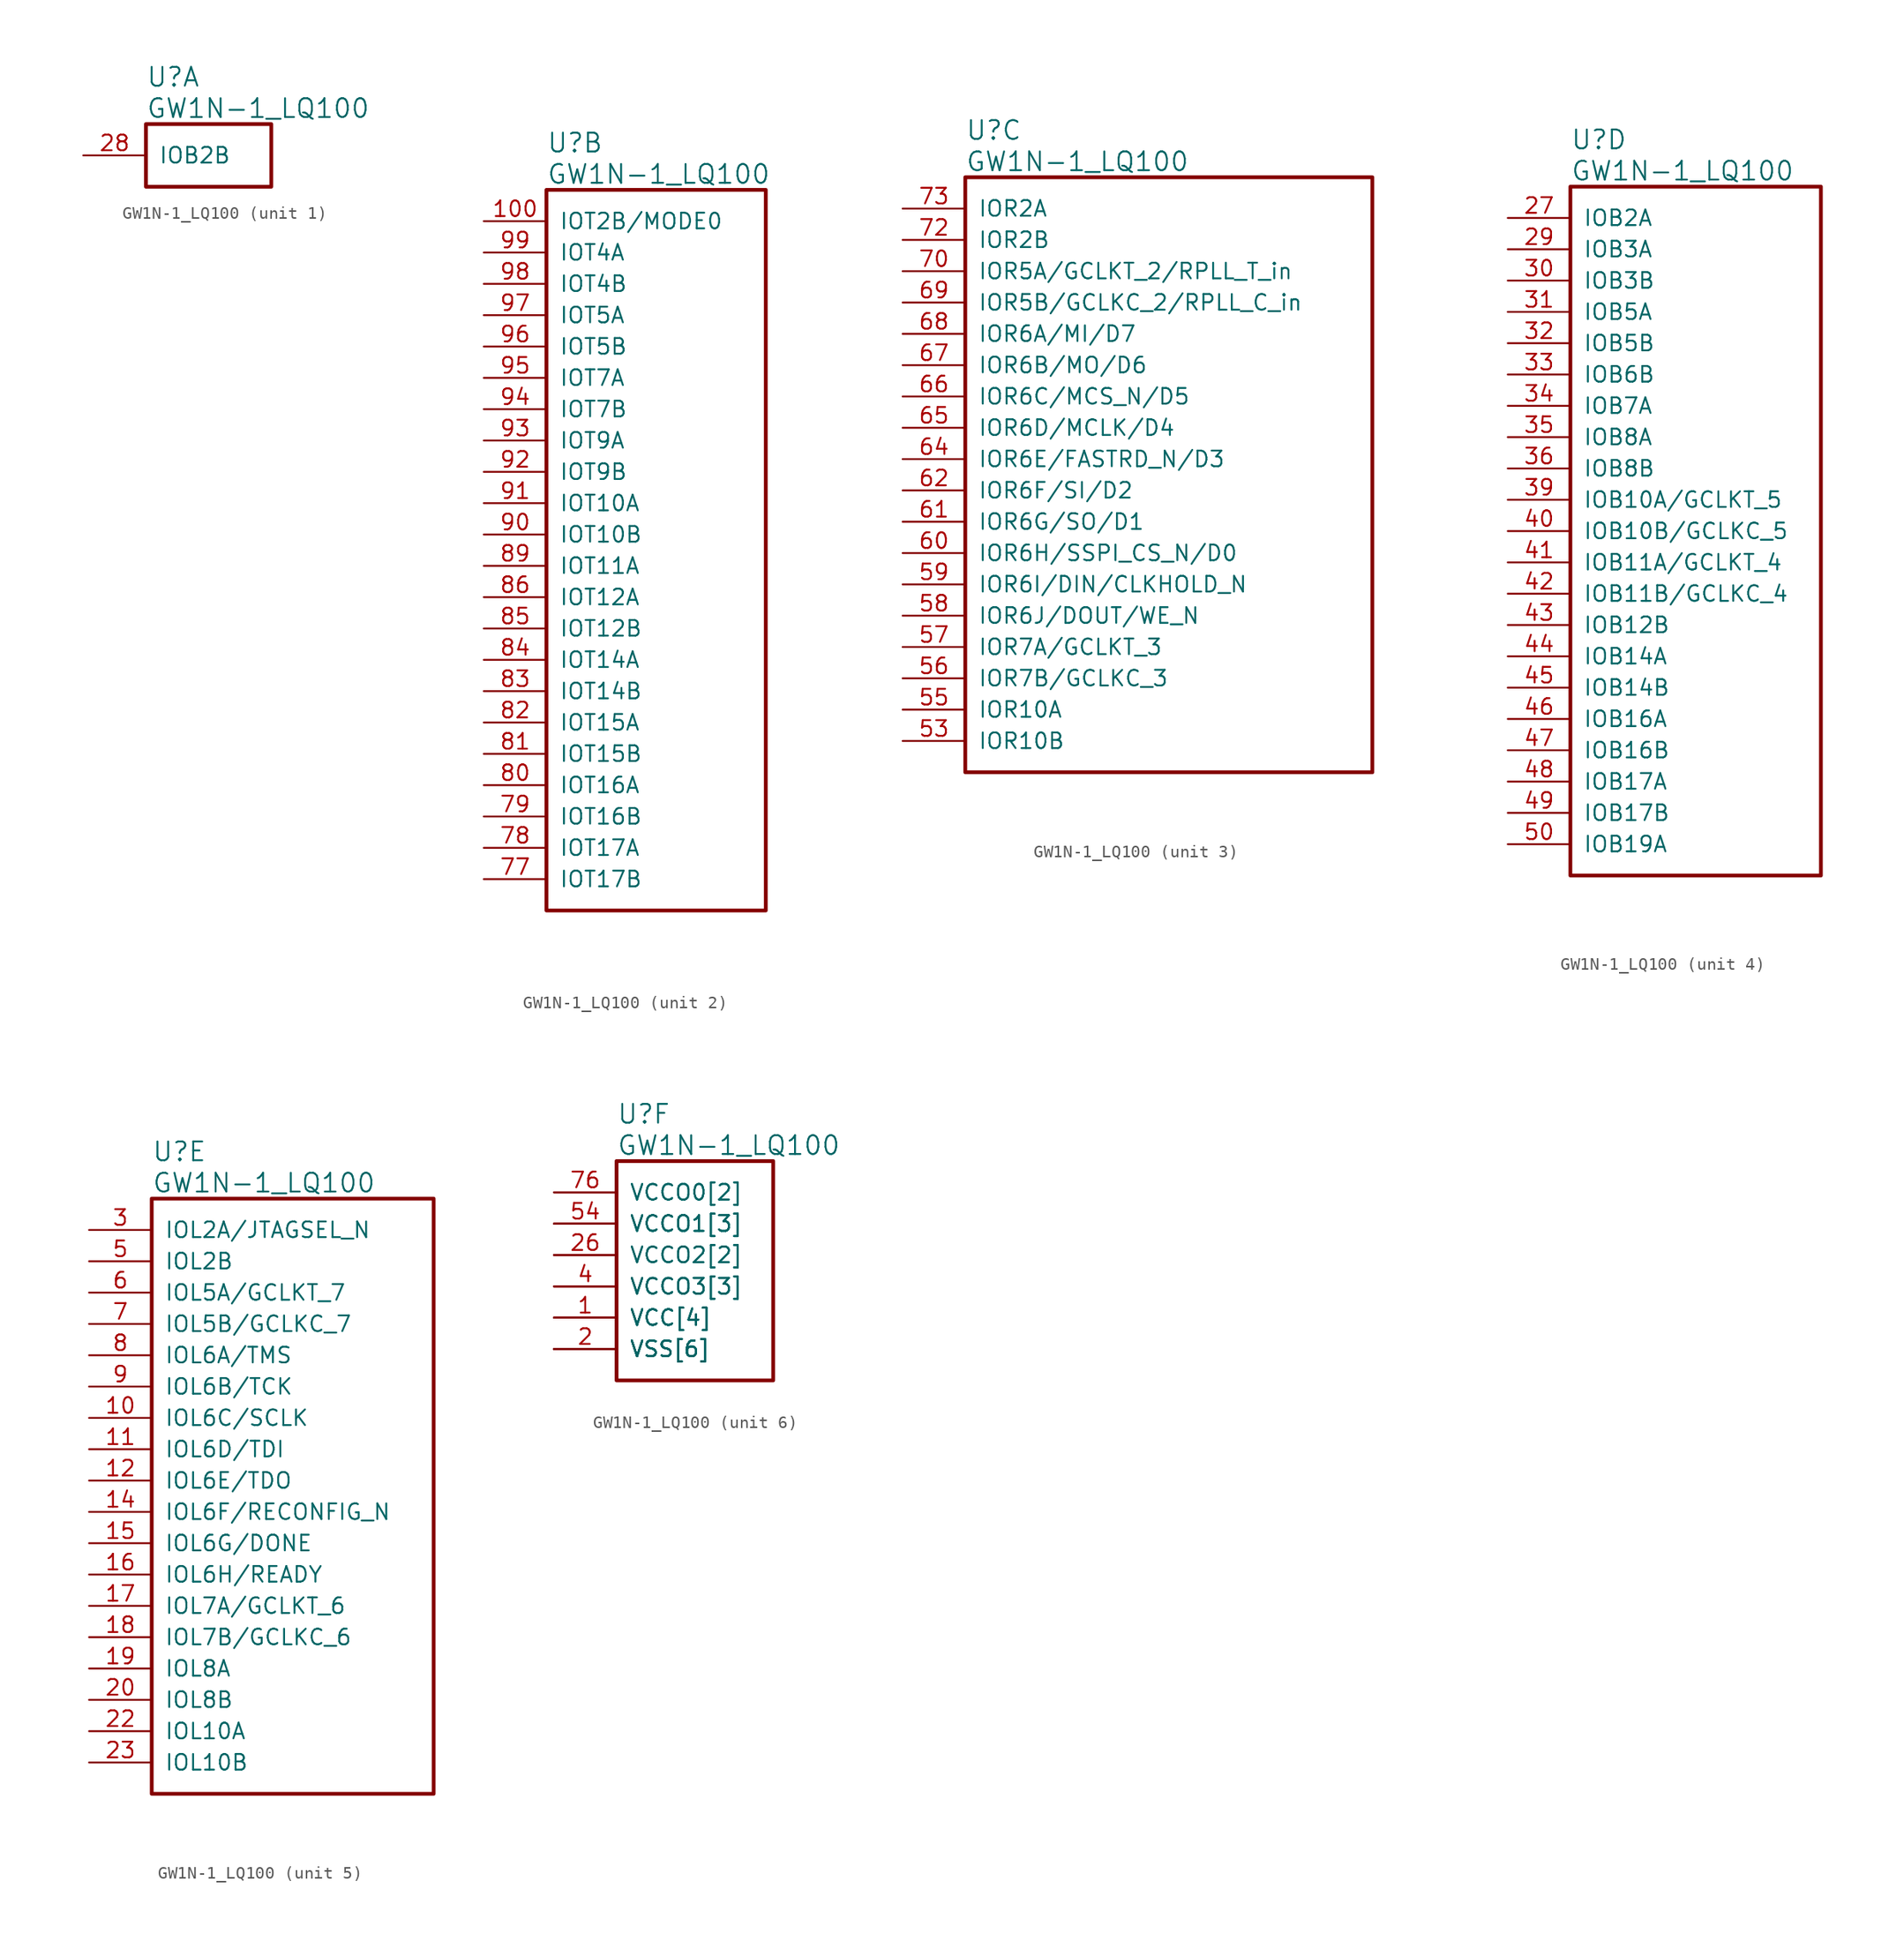
<source format=kicad_sym>
(kicad_symbol_lib
  (version 20220914)
  (generator kicad_symbol_editor)
  (symbol "GW1N-1_LQ100"
    (pin_names
      (offset 1.016))
    (property "Reference" "U"
      (at 5.08 6.35 0)
      (effects (font (size 1.524 1.524)) (justify left)))
    (property "Value" "GW1N-1_LQ100"
      (at 5.08 3.81 0)
      (effects (font (size 1.524 1.524)) (justify left)))
    (property "ki_locked" ""
      (at 0 0 0)
      (effects (font (size 1.27 1.27))))
    (symbol "GW1N-1_LQ100_1_1"
      (rectangle (start 5.08 2.54) (end 15.24 -2.54) (stroke (width 0.305) (type solid)) (fill (type none)))
      (pin bidirectional line (at 0 0 0) (length 5.08) (name "IOB2B" (effects (font (size 1.27 1.27)))) (number "28" (effects (font (size 1.27 1.27))))))
    (symbol "GW1N-1_LQ100_2_1"
      (rectangle (start 5.08 2.54) (end 22.86 -55.88) (stroke (width 0.305) (type solid)) (fill (type none)))
      (pin bidirectional line (at 0 0 0) (length 5.08) (name "IOT2B/MODE0" (effects (font (size 1.27 1.27)))) (number "100" (effects (font (size 1.27 1.27)))))
      (pin bidirectional line (at 0 -53.34 0) (length 5.08) (name "IOT17B" (effects (font (size 1.27 1.27)))) (number "77" (effects (font (size 1.27 1.27)))))
      (pin bidirectional line (at 0 -50.8 0) (length 5.08) (name "IOT17A" (effects (font (size 1.27 1.27)))) (number "78" (effects (font (size 1.27 1.27)))))
      (pin bidirectional line (at 0 -48.26 0) (length 5.08) (name "IOT16B" (effects (font (size 1.27 1.27)))) (number "79" (effects (font (size 1.27 1.27)))))
      (pin bidirectional line (at 0 -45.72 0) (length 5.08) (name "IOT16A" (effects (font (size 1.27 1.27)))) (number "80" (effects (font (size 1.27 1.27)))))
      (pin bidirectional line (at 0 -43.18 0) (length 5.08) (name "IOT15B" (effects (font (size 1.27 1.27)))) (number "81" (effects (font (size 1.27 1.27)))))
      (pin bidirectional line (at 0 -40.64 0) (length 5.08) (name "IOT15A" (effects (font (size 1.27 1.27)))) (number "82" (effects (font (size 1.27 1.27)))))
      (pin bidirectional line (at 0 -38.1 0) (length 5.08) (name "IOT14B" (effects (font (size 1.27 1.27)))) (number "83" (effects (font (size 1.27 1.27)))))
      (pin bidirectional line (at 0 -35.56 0) (length 5.08) (name "IOT14A" (effects (font (size 1.27 1.27)))) (number "84" (effects (font (size 1.27 1.27)))))
      (pin bidirectional line (at 0 -33.02 0) (length 5.08) (name "IOT12B" (effects (font (size 1.27 1.27)))) (number "85" (effects (font (size 1.27 1.27)))))
      (pin bidirectional line (at 0 -30.48 0) (length 5.08) (name "IOT12A" (effects (font (size 1.27 1.27)))) (number "86" (effects (font (size 1.27 1.27)))))
      (pin bidirectional line (at 0 -27.94 0) (length 5.08) (name "IOT11A" (effects (font (size 1.27 1.27)))) (number "89" (effects (font (size 1.27 1.27)))))
      (pin bidirectional line (at 0 -25.4 0) (length 5.08) (name "IOT10B" (effects (font (size 1.27 1.27)))) (number "90" (effects (font (size 1.27 1.27)))))
      (pin bidirectional line (at 0 -22.86 0) (length 5.08) (name "IOT10A" (effects (font (size 1.27 1.27)))) (number "91" (effects (font (size 1.27 1.27)))))
      (pin bidirectional line (at 0 -20.32 0) (length 5.08) (name "IOT9B" (effects (font (size 1.27 1.27)))) (number "92" (effects (font (size 1.27 1.27)))))
      (pin bidirectional line (at 0 -17.78 0) (length 5.08) (name "IOT9A" (effects (font (size 1.27 1.27)))) (number "93" (effects (font (size 1.27 1.27)))))
      (pin bidirectional line (at 0 -15.24 0) (length 5.08) (name "IOT7B" (effects (font (size 1.27 1.27)))) (number "94" (effects (font (size 1.27 1.27)))))
      (pin bidirectional line (at 0 -12.7 0) (length 5.08) (name "IOT7A" (effects (font (size 1.27 1.27)))) (number "95" (effects (font (size 1.27 1.27)))))
      (pin bidirectional line (at 0 -10.16 0) (length 5.08) (name "IOT5B" (effects (font (size 1.27 1.27)))) (number "96" (effects (font (size 1.27 1.27)))))
      (pin bidirectional line (at 0 -7.62 0) (length 5.08) (name "IOT5A" (effects (font (size 1.27 1.27)))) (number "97" (effects (font (size 1.27 1.27)))))
      (pin bidirectional line (at 0 -5.08 0) (length 5.08) (name "IOT4B" (effects (font (size 1.27 1.27)))) (number "98" (effects (font (size 1.27 1.27)))))
      (pin bidirectional line (at 0 -2.54 0) (length 5.08) (name "IOT4A" (effects (font (size 1.27 1.27)))) (number "99" (effects (font (size 1.27 1.27))))))
    (symbol "GW1N-1_LQ100_3_1"
      (rectangle (start 5.08 2.54) (end 38.1 -45.72) (stroke (width 0.305) (type solid)) (fill (type none)))
      (pin bidirectional line (at 0 -43.18 0) (length 5.08) (name "IOR10B" (effects (font (size 1.27 1.27)))) (number "53" (effects (font (size 1.27 1.27)))))
      (pin bidirectional line (at 0 -40.64 0) (length 5.08) (name "IOR10A" (effects (font (size 1.27 1.27)))) (number "55" (effects (font (size 1.27 1.27)))))
      (pin bidirectional line (at 0 -38.1 0) (length 5.08) (name "IOR7B/GCLKC_3" (effects (font (size 1.27 1.27)))) (number "56" (effects (font (size 1.27 1.27)))))
      (pin bidirectional line (at 0 -35.56 0) (length 5.08) (name "IOR7A/GCLKT_3" (effects (font (size 1.27 1.27)))) (number "57" (effects (font (size 1.27 1.27)))))
      (pin bidirectional line (at 0 -33.02 0) (length 5.08) (name "IOR6J/DOUT/WE_N" (effects (font (size 1.27 1.27)))) (number "58" (effects (font (size 1.27 1.27)))))
      (pin bidirectional line (at 0 -30.48 0) (length 5.08) (name "IOR6I/DIN/CLKHOLD_N" (effects (font (size 1.27 1.27)))) (number "59" (effects (font (size 1.27 1.27)))))
      (pin bidirectional line (at 0 -27.94 0) (length 5.08) (name "IOR6H/SSPI_CS_N/D0" (effects (font (size 1.27 1.27)))) (number "60" (effects (font (size 1.27 1.27)))))
      (pin bidirectional line (at 0 -25.4 0) (length 5.08) (name "IOR6G/SO/D1" (effects (font (size 1.27 1.27)))) (number "61" (effects (font (size 1.27 1.27)))))
      (pin bidirectional line (at 0 -22.86 0) (length 5.08) (name "IOR6F/SI/D2" (effects (font (size 1.27 1.27)))) (number "62" (effects (font (size 1.27 1.27)))))
      (pin bidirectional line (at 0 -20.32 0) (length 5.08) (name "IOR6E/FASTRD_N/D3" (effects (font (size 1.27 1.27)))) (number "64" (effects (font (size 1.27 1.27)))))
      (pin bidirectional line (at 0 -17.78 0) (length 5.08) (name "IOR6D/MCLK/D4" (effects (font (size 1.27 1.27)))) (number "65" (effects (font (size 1.27 1.27)))))
      (pin bidirectional line (at 0 -15.24 0) (length 5.08) (name "IOR6C/MCS_N/D5" (effects (font (size 1.27 1.27)))) (number "66" (effects (font (size 1.27 1.27)))))
      (pin bidirectional line (at 0 -12.7 0) (length 5.08) (name "IOR6B/MO/D6" (effects (font (size 1.27 1.27)))) (number "67" (effects (font (size 1.27 1.27)))))
      (pin bidirectional line (at 0 -10.16 0) (length 5.08) (name "IOR6A/MI/D7" (effects (font (size 1.27 1.27)))) (number "68" (effects (font (size 1.27 1.27)))))
      (pin bidirectional line (at 0 -7.62 0) (length 5.08) (name "IOR5B/GCLKC_2/RPLL_C_in" (effects (font (size 1.27 1.27)))) (number "69" (effects (font (size 1.27 1.27)))))
      (pin bidirectional line (at 0 -5.08 0) (length 5.08) (name "IOR5A/GCLKT_2/RPLL_T_in" (effects (font (size 1.27 1.27)))) (number "70" (effects (font (size 1.27 1.27)))))
      (pin bidirectional line (at 0 -2.54 0) (length 5.08) (name "IOR2B" (effects (font (size 1.27 1.27)))) (number "72" (effects (font (size 1.27 1.27)))))
      (pin bidirectional line (at 0 0 0) (length 5.08) (name "IOR2A" (effects (font (size 1.27 1.27)))) (number "73" (effects (font (size 1.27 1.27))))))
    (symbol "GW1N-1_LQ100_4_1"
      (rectangle (start 5.08 2.54) (end 25.4 -53.34) (stroke (width 0.305) (type solid)) (fill (type none)))
      (pin bidirectional line (at 0 0 0) (length 5.08) (name "IOB2A" (effects (font (size 1.27 1.27)))) (number "27" (effects (font (size 1.27 1.27)))))
      (pin bidirectional line (at 0 -2.54 0) (length 5.08) (name "IOB3A" (effects (font (size 1.27 1.27)))) (number "29" (effects (font (size 1.27 1.27)))))
      (pin bidirectional line (at 0 -5.08 0) (length 5.08) (name "IOB3B" (effects (font (size 1.27 1.27)))) (number "30" (effects (font (size 1.27 1.27)))))
      (pin bidirectional line (at 0 -7.62 0) (length 5.08) (name "IOB5A" (effects (font (size 1.27 1.27)))) (number "31" (effects (font (size 1.27 1.27)))))
      (pin bidirectional line (at 0 -10.16 0) (length 5.08) (name "IOB5B" (effects (font (size 1.27 1.27)))) (number "32" (effects (font (size 1.27 1.27)))))
      (pin bidirectional line (at 0 -12.7 0) (length 5.08) (name "IOB6B" (effects (font (size 1.27 1.27)))) (number "33" (effects (font (size 1.27 1.27)))))
      (pin bidirectional line (at 0 -15.24 0) (length 5.08) (name "IOB7A" (effects (font (size 1.27 1.27)))) (number "34" (effects (font (size 1.27 1.27)))))
      (pin bidirectional line (at 0 -17.78 0) (length 5.08) (name "IOB8A" (effects (font (size 1.27 1.27)))) (number "35" (effects (font (size 1.27 1.27)))))
      (pin bidirectional line (at 0 -20.32 0) (length 5.08) (name "IOB8B" (effects (font (size 1.27 1.27)))) (number "36" (effects (font (size 1.27 1.27)))))
      (pin bidirectional line (at 0 -22.86 0) (length 5.08) (name "IOB10A/GCLKT_5" (effects (font (size 1.27 1.27)))) (number "39" (effects (font (size 1.27 1.27)))))
      (pin bidirectional line (at 0 -25.4 0) (length 5.08) (name "IOB10B/GCLKC_5" (effects (font (size 1.27 1.27)))) (number "40" (effects (font (size 1.27 1.27)))))
      (pin bidirectional line (at 0 -27.94 0) (length 5.08) (name "IOB11A/GCLKT_4" (effects (font (size 1.27 1.27)))) (number "41" (effects (font (size 1.27 1.27)))))
      (pin bidirectional line (at 0 -30.48 0) (length 5.08) (name "IOB11B/GCLKC_4" (effects (font (size 1.27 1.27)))) (number "42" (effects (font (size 1.27 1.27)))))
      (pin bidirectional line (at 0 -33.02 0) (length 5.08) (name "IOB12B" (effects (font (size 1.27 1.27)))) (number "43" (effects (font (size 1.27 1.27)))))
      (pin bidirectional line (at 0 -35.56 0) (length 5.08) (name "IOB14A" (effects (font (size 1.27 1.27)))) (number "44" (effects (font (size 1.27 1.27)))))
      (pin bidirectional line (at 0 -38.1 0) (length 5.08) (name "IOB14B" (effects (font (size 1.27 1.27)))) (number "45" (effects (font (size 1.27 1.27)))))
      (pin bidirectional line (at 0 -40.64 0) (length 5.08) (name "IOB16A" (effects (font (size 1.27 1.27)))) (number "46" (effects (font (size 1.27 1.27)))))
      (pin bidirectional line (at 0 -43.18 0) (length 5.08) (name "IOB16B" (effects (font (size 1.27 1.27)))) (number "47" (effects (font (size 1.27 1.27)))))
      (pin bidirectional line (at 0 -45.72 0) (length 5.08) (name "IOB17A" (effects (font (size 1.27 1.27)))) (number "48" (effects (font (size 1.27 1.27)))))
      (pin bidirectional line (at 0 -48.26 0) (length 5.08) (name "IOB17B" (effects (font (size 1.27 1.27)))) (number "49" (effects (font (size 1.27 1.27)))))
      (pin bidirectional line (at 0 -50.8 0) (length 5.08) (name "IOB19A" (effects (font (size 1.27 1.27)))) (number "50" (effects (font (size 1.27 1.27))))))
    (symbol "GW1N-1_LQ100_5_1"
      (rectangle (start 5.08 2.54) (end 27.94 -45.72) (stroke (width 0.305) (type solid)) (fill (type none)))
      (pin bidirectional line (at 0 -15.24 0) (length 5.08) (name "IOL6C/SCLK" (effects (font (size 1.27 1.27)))) (number "10" (effects (font (size 1.27 1.27)))))
      (pin bidirectional line (at 0 -17.78 0) (length 5.08) (name "IOL6D/TDI" (effects (font (size 1.27 1.27)))) (number "11" (effects (font (size 1.27 1.27)))))
      (pin bidirectional line (at 0 -20.32 0) (length 5.08) (name "IOL6E/TDO" (effects (font (size 1.27 1.27)))) (number "12" (effects (font (size 1.27 1.27)))))
      (pin bidirectional line (at 0 -22.86 0) (length 5.08) (name "IOL6F/RECONFIG_N" (effects (font (size 1.27 1.27)))) (number "14" (effects (font (size 1.27 1.27)))))
      (pin bidirectional line (at 0 -25.4 0) (length 5.08) (name "IOL6G/DONE" (effects (font (size 1.27 1.27)))) (number "15" (effects (font (size 1.27 1.27)))))
      (pin bidirectional line (at 0 -27.94 0) (length 5.08) (name "IOL6H/READY" (effects (font (size 1.27 1.27)))) (number "16" (effects (font (size 1.27 1.27)))))
      (pin bidirectional line (at 0 -30.48 0) (length 5.08) (name "IOL7A/GCLKT_6" (effects (font (size 1.27 1.27)))) (number "17" (effects (font (size 1.27 1.27)))))
      (pin bidirectional line (at 0 -33.02 0) (length 5.08) (name "IOL7B/GCLKC_6" (effects (font (size 1.27 1.27)))) (number "18" (effects (font (size 1.27 1.27)))))
      (pin bidirectional line (at 0 -35.56 0) (length 5.08) (name "IOL8A" (effects (font (size 1.27 1.27)))) (number "19" (effects (font (size 1.27 1.27)))))
      (pin bidirectional line (at 0 -38.1 0) (length 5.08) (name "IOL8B" (effects (font (size 1.27 1.27)))) (number "20" (effects (font (size 1.27 1.27)))))
      (pin bidirectional line (at 0 -40.64 0) (length 5.08) (name "IOL10A" (effects (font (size 1.27 1.27)))) (number "22" (effects (font (size 1.27 1.27)))))
      (pin bidirectional line (at 0 -43.18 0) (length 5.08) (name "IOL10B" (effects (font (size 1.27 1.27)))) (number "23" (effects (font (size 1.27 1.27)))))
      (pin bidirectional line (at 0 0 0) (length 5.08) (name "IOL2A/JTAGSEL_N" (effects (font (size 1.27 1.27)))) (number "3" (effects (font (size 1.27 1.27)))))
      (pin bidirectional line (at 0 -2.54 0) (length 5.08) (name "IOL2B" (effects (font (size 1.27 1.27)))) (number "5" (effects (font (size 1.27 1.27)))))
      (pin bidirectional line (at 0 -5.08 0) (length 5.08) (name "IOL5A/GCLKT_7" (effects (font (size 1.27 1.27)))) (number "6" (effects (font (size 1.27 1.27)))))
      (pin bidirectional line (at 0 -7.62 0) (length 5.08) (name "IOL5B/GCLKC_7" (effects (font (size 1.27 1.27)))) (number "7" (effects (font (size 1.27 1.27)))))
      (pin bidirectional line (at 0 -10.16 0) (length 5.08) (name "IOL6A/TMS" (effects (font (size 1.27 1.27)))) (number "8" (effects (font (size 1.27 1.27)))))
      (pin bidirectional line (at 0 -12.7 0) (length 5.08) (name "IOL6B/TCK" (effects (font (size 1.27 1.27)))) (number "9" (effects (font (size 1.27 1.27))))))
    (symbol "GW1N-1_LQ100_6_1"
      (rectangle (start 5.08 2.54) (end 17.78 -15.24) (stroke (width 0.305) (type solid)) (fill (type none)))
      (pin power_in line (at 0 -10.16 0) (length 5.08) (name "VCC[4]" (effects (font (size 1.27 1.27)))) (number "1" (effects (font (size 1.27 1.27)))))
      (pin power_in line (at 0 -7.62 0) (length 5.08) (name "VCCO3[3]" (effects (font (size 1.27 1.27)))) (number "13" (effects (font (size 0 0)))))
      (pin power_in line (at 0 -12.7 0) (length 5.08) (name "VSS[6]" (effects (font (size 1.27 1.27)))) (number "2" (effects (font (size 1.27 1.27)))))
      (pin power_in line (at 0 -7.62 0) (length 5.08) (name "VCCO3[3]" (effects (font (size 1.27 1.27)))) (number "21" (effects (font (size 0 0)))))
      (pin power_in line (at 0 -12.7 0) (length 5.08) (name "VSS[6]" (effects (font (size 1.27 1.27)))) (number "24" (effects (font (size 0 0)))))
      (pin power_in line (at 0 -10.16 0) (length 5.08) (name "VCC[4]" (effects (font (size 1.27 1.27)))) (number "25" (effects (font (size 0 0)))))
      (pin power_in line (at 0 -5.08 0) (length 5.08) (name "VCCO2[2]" (effects (font (size 1.27 1.27)))) (number "26" (effects (font (size 1.27 1.27)))))
      (pin power_in line (at 0 -12.7 0) (length 5.08) (name "VSS[6]" (effects (font (size 1.27 1.27)))) (number "37" (effects (font (size 0 0)))))
      (pin power_in line (at 0 -5.08 0) (length 5.08) (name "VCCO2[2]" (effects (font (size 1.27 1.27)))) (number "38" (effects (font (size 0 0)))))
      (pin power_in line (at 0 -7.62 0) (length 5.08) (name "VCCO3[3]" (effects (font (size 1.27 1.27)))) (number "4" (effects (font (size 1.27 1.27)))))
      (pin power_in line (at 0 -10.16 0) (length 5.08) (name "VCC[4]" (effects (font (size 1.27 1.27)))) (number "51" (effects (font (size 0 0)))))
      (pin power_in line (at 0 -12.7 0) (length 5.08) (name "VSS[6]" (effects (font (size 1.27 1.27)))) (number "52" (effects (font (size 0 0)))))
      (pin power_in line (at 0 -2.54 0) (length 5.08) (name "VCCO1[3]" (effects (font (size 1.27 1.27)))) (number "54" (effects (font (size 1.27 1.27)))))
      (pin power_in line (at 0 -2.54 0) (length 5.08) (name "VCCO1[3]" (effects (font (size 1.27 1.27)))) (number "63" (effects (font (size 0 0)))))
      (pin power_in line (at 0 -2.54 0) (length 5.08) (name "VCCO1[3]" (effects (font (size 1.27 1.27)))) (number "71" (effects (font (size 0 0)))))
      (pin power_in line (at 0 -12.7 0) (length 5.08) (name "VSS[6]" (effects (font (size 1.27 1.27)))) (number "74" (effects (font (size 0 0)))))
      (pin power_in line (at 0 -10.16 0) (length 5.08) (name "VCC[4]" (effects (font (size 1.27 1.27)))) (number "75" (effects (font (size 0 0)))))
      (pin power_in line (at 0 0 0) (length 5.08) (name "VCCO0[2]" (effects (font (size 1.27 1.27)))) (number "76" (effects (font (size 1.27 1.27)))))
      (pin power_in line (at 0 -12.7 0) (length 5.08) (name "VSS[6]" (effects (font (size 1.27 1.27)))) (number "87" (effects (font (size 0 0)))))
      (pin power_in line (at 0 0 0) (length 5.08) (name "VCCO0[2]" (effects (font (size 1.27 1.27)))) (number "88" (effects (font (size 0 0))))))))
</source>
